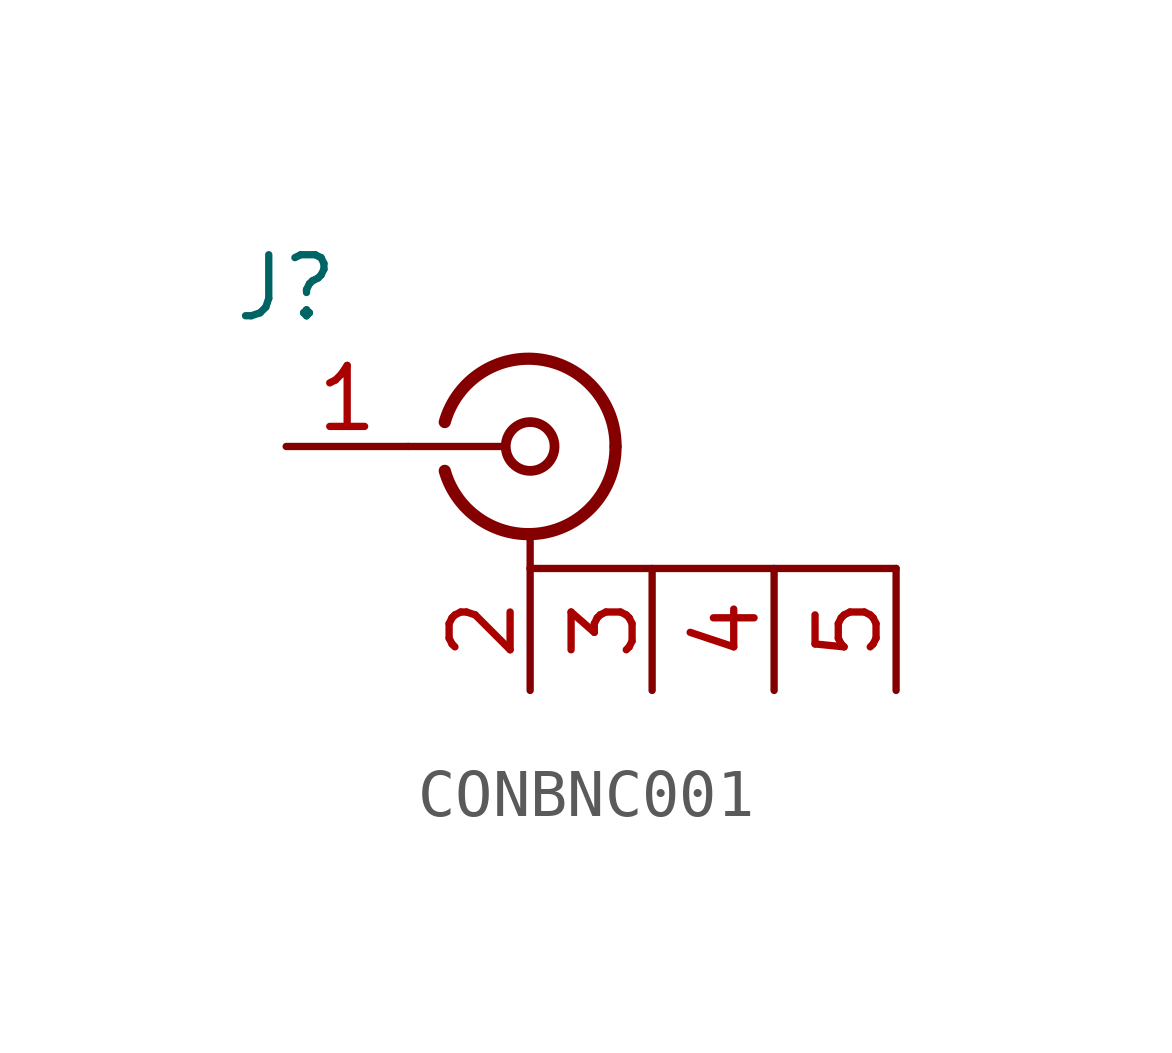
<source format=kicad_sym>
(kicad_symbol_lib
  (version 20231120)
  (generator "kicad_symbol_editor")
  (generator_version "8.0")
  (symbol "CONBNC001"
    (property "Reference" "J"
      (at 0 3.302 0)
      (effects (font (size 1.27 1.27))))
    (property "Value" ""
      (at 0 0 0)
      (effects (font (size 1.27 1.27))))
    (symbol "CONBNC001_0_1"
      (polyline (pts (xy 2.54 0) (xy 4.572 0)) (stroke (width 0) (type default)) (fill (type none)))
      (polyline (pts (xy 5.08 -2.54) (xy 5.08 -1.778)) (stroke (width 0) (type default)) (fill (type none)))
      (polyline (pts (xy 12.7 -2.54) (xy 5.08 -2.54)) (stroke (width 0) (type default)) (fill (type none)))
      (arc (start 3.302 -0.508) (mid 5.302 -1.808) (end 6.858 0) (stroke (width 0.254) (type default)) (fill (type none)))
      (circle (center 5.08 0) (radius 0.508) (stroke (width 0.203) (type default)) (fill (type none)))
      (arc (start 6.858 0) (mid 5.3021 1.8083) (end 3.302 0.508) (stroke (width 0.254) (type default)) (fill (type none))))
    (symbol "CONBNC001_1_1"
      (pin passive line (at 0 0 0) (length 2.54) (name "" (effects (font (size 1.27 1.27)))) (number "1" (effects (font (size 1.27 1.27)))))
      (pin passive line (at 5.08 -5.08 90) (length 2.54) (name "" (effects (font (size 1.27 1.27)))) (number "2" (effects (font (size 1.27 1.27)))))
      (pin passive line (at 7.62 -5.08 90) (length 2.54) (name "" (effects (font (size 1.27 1.27)))) (number "3" (effects (font (size 1.27 1.27)))))
      (pin passive line (at 10.16 -5.08 90) (length 2.54) (name "" (effects (font (size 1.27 1.27)))) (number "4" (effects (font (size 1.27 1.27)))))
      (pin passive line (at 12.7 -5.08 90) (length 2.54) (name "" (effects (font (size 1.27 1.27)))) (number "5" (effects (font (size 1.27 1.27))))))))
</source>
